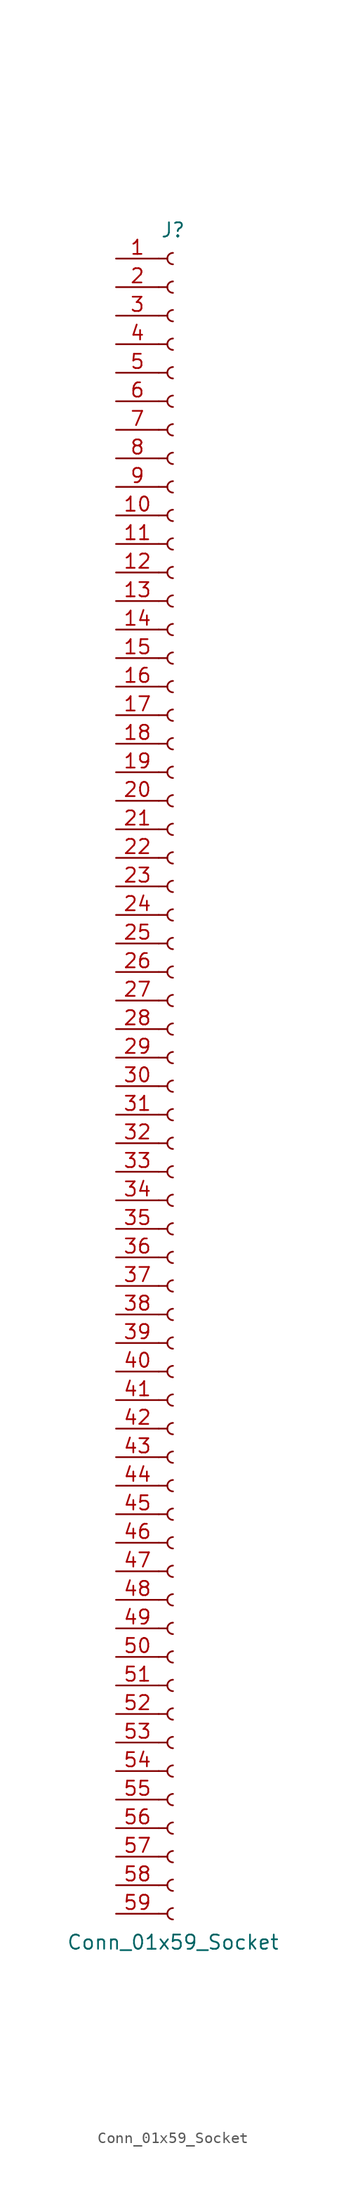
<source format=kicad_sym>
(kicad_symbol_lib
  (version 20220914)
  (generator kicad_symbol_editor)
  (symbol "Conn_01x59_Socket"
    (pin_names
      (offset 1.016) hide)
    (property "Reference" "J"
      (at 0 76.2 0)
      (effects (font (size 1.27 1.27))))
    (property "Value" "Conn_01x59_Socket"
      (at 0 -76.2 0)
      (effects (font (size 1.27 1.27))))
    (property "ki_locked" ""
      (at 0 0 0)
      (effects (font (size 1.27 1.27))))
    (symbol "Conn_01x59_Socket_1_1"
      (arc (start 0 -73.152) (mid -0.5058 -73.66) (end 0 -74.168) (stroke (width 0.1524) (type default)) (fill (type none)))
      (arc (start 0 -70.612) (mid -0.5058 -71.12) (end 0 -71.628) (stroke (width 0.1524) (type default)) (fill (type none)))
      (arc (start 0 -68.072) (mid -0.5058 -68.58) (end 0 -69.088) (stroke (width 0.1524) (type default)) (fill (type none)))
      (arc (start 0 -65.532) (mid -0.5058 -66.04) (end 0 -66.548) (stroke (width 0.1524) (type default)) (fill (type none)))
      (arc (start 0 -62.992) (mid -0.5058 -63.5) (end 0 -64.008) (stroke (width 0.1524) (type default)) (fill (type none)))
      (arc (start 0 -60.452) (mid -0.5058 -60.96) (end 0 -61.468) (stroke (width 0.1524) (type default)) (fill (type none)))
      (arc (start 0 -57.912) (mid -0.5058 -58.42) (end 0 -58.928) (stroke (width 0.1524) (type default)) (fill (type none)))
      (arc (start 0 -55.372) (mid -0.5058 -55.88) (end 0 -56.388) (stroke (width 0.1524) (type default)) (fill (type none)))
      (arc (start 0 -52.832) (mid -0.5058 -53.34) (end 0 -53.848) (stroke (width 0.1524) (type default)) (fill (type none)))
      (arc (start 0 -50.292) (mid -0.5058 -50.8) (end 0 -51.308) (stroke (width 0.1524) (type default)) (fill (type none)))
      (arc (start 0 -47.752) (mid -0.5058 -48.26) (end 0 -48.768) (stroke (width 0.1524) (type default)) (fill (type none)))
      (arc (start 0 -45.212) (mid -0.5058 -45.72) (end 0 -46.228) (stroke (width 0.1524) (type default)) (fill (type none)))
      (arc (start 0 -42.672) (mid -0.5058 -43.18) (end 0 -43.688) (stroke (width 0.1524) (type default)) (fill (type none)))
      (arc (start 0 -40.132) (mid -0.5058 -40.64) (end 0 -41.148) (stroke (width 0.1524) (type default)) (fill (type none)))
      (arc (start 0 -37.592) (mid -0.5058 -38.1) (end 0 -38.608) (stroke (width 0.1524) (type default)) (fill (type none)))
      (arc (start 0 -35.052) (mid -0.5058 -35.56) (end 0 -36.068) (stroke (width 0.1524) (type default)) (fill (type none)))
      (arc (start 0 -32.512) (mid -0.5058 -33.02) (end 0 -33.528) (stroke (width 0.1524) (type default)) (fill (type none)))
      (arc (start 0 -29.972) (mid -0.5058 -30.48) (end 0 -30.988) (stroke (width 0.1524) (type default)) (fill (type none)))
      (arc (start 0 -27.432) (mid -0.5058 -27.94) (end 0 -28.448) (stroke (width 0.1524) (type default)) (fill (type none)))
      (arc (start 0 -24.892) (mid -0.5058 -25.4) (end 0 -25.908) (stroke (width 0.1524) (type default)) (fill (type none)))
      (arc (start 0 -22.352) (mid -0.5058 -22.86) (end 0 -23.368) (stroke (width 0.1524) (type default)) (fill (type none)))
      (arc (start 0 -19.812) (mid -0.5058 -20.32) (end 0 -20.828) (stroke (width 0.1524) (type default)) (fill (type none)))
      (arc (start 0 -17.272) (mid -0.5058 -17.78) (end 0 -18.288) (stroke (width 0.1524) (type default)) (fill (type none)))
      (arc (start 0 -14.732) (mid -0.5058 -15.24) (end 0 -15.748) (stroke (width 0.1524) (type default)) (fill (type none)))
      (arc (start 0 -12.192) (mid -0.5058 -12.7) (end 0 -13.208) (stroke (width 0.1524) (type default)) (fill (type none)))
      (arc (start 0 -9.652) (mid -0.5058 -10.16) (end 0 -10.668) (stroke (width 0.1524) (type default)) (fill (type none)))
      (arc (start 0 -7.112) (mid -0.5058 -7.62) (end 0 -8.128) (stroke (width 0.1524) (type default)) (fill (type none)))
      (arc (start 0 -4.572) (mid -0.5058 -5.08) (end 0 -5.588) (stroke (width 0.1524) (type default)) (fill (type none)))
      (arc (start 0 -2.032) (mid -0.5058 -2.54) (end 0 -3.048) (stroke (width 0.1524) (type default)) (fill (type none)))
      (polyline (pts (xy -1.27 -73.66) (xy -0.508 -73.66)) (stroke (width 0.152) (type default)) (fill (type none)))
      (polyline (pts (xy -1.27 -71.12) (xy -0.508 -71.12)) (stroke (width 0.152) (type default)) (fill (type none)))
      (polyline (pts (xy -1.27 -68.58) (xy -0.508 -68.58)) (stroke (width 0.152) (type default)) (fill (type none)))
      (polyline (pts (xy -1.27 -66.04) (xy -0.508 -66.04)) (stroke (width 0.152) (type default)) (fill (type none)))
      (polyline (pts (xy -1.27 -63.5) (xy -0.508 -63.5)) (stroke (width 0.152) (type default)) (fill (type none)))
      (polyline (pts (xy -1.27 -60.96) (xy -0.508 -60.96)) (stroke (width 0.152) (type default)) (fill (type none)))
      (polyline (pts (xy -1.27 -58.42) (xy -0.508 -58.42)) (stroke (width 0.152) (type default)) (fill (type none)))
      (polyline (pts (xy -1.27 -55.88) (xy -0.508 -55.88)) (stroke (width 0.152) (type default)) (fill (type none)))
      (polyline (pts (xy -1.27 -53.34) (xy -0.508 -53.34)) (stroke (width 0.152) (type default)) (fill (type none)))
      (polyline (pts (xy -1.27 -50.8) (xy -0.508 -50.8)) (stroke (width 0.152) (type default)) (fill (type none)))
      (polyline (pts (xy -1.27 -48.26) (xy -0.508 -48.26)) (stroke (width 0.152) (type default)) (fill (type none)))
      (polyline (pts (xy -1.27 -45.72) (xy -0.508 -45.72)) (stroke (width 0.152) (type default)) (fill (type none)))
      (polyline (pts (xy -1.27 -43.18) (xy -0.508 -43.18)) (stroke (width 0.152) (type default)) (fill (type none)))
      (polyline (pts (xy -1.27 -40.64) (xy -0.508 -40.64)) (stroke (width 0.152) (type default)) (fill (type none)))
      (polyline (pts (xy -1.27 -38.1) (xy -0.508 -38.1)) (stroke (width 0.152) (type default)) (fill (type none)))
      (polyline (pts (xy -1.27 -35.56) (xy -0.508 -35.56)) (stroke (width 0.152) (type default)) (fill (type none)))
      (polyline (pts (xy -1.27 -33.02) (xy -0.508 -33.02)) (stroke (width 0.152) (type default)) (fill (type none)))
      (polyline (pts (xy -1.27 -30.48) (xy -0.508 -30.48)) (stroke (width 0.152) (type default)) (fill (type none)))
      (polyline (pts (xy -1.27 -27.94) (xy -0.508 -27.94)) (stroke (width 0.152) (type default)) (fill (type none)))
      (polyline (pts (xy -1.27 -25.4) (xy -0.508 -25.4)) (stroke (width 0.152) (type default)) (fill (type none)))
      (polyline (pts (xy -1.27 -22.86) (xy -0.508 -22.86)) (stroke (width 0.152) (type default)) (fill (type none)))
      (polyline (pts (xy -1.27 -20.32) (xy -0.508 -20.32)) (stroke (width 0.152) (type default)) (fill (type none)))
      (polyline (pts (xy -1.27 -17.78) (xy -0.508 -17.78)) (stroke (width 0.152) (type default)) (fill (type none)))
      (polyline (pts (xy -1.27 -15.24) (xy -0.508 -15.24)) (stroke (width 0.152) (type default)) (fill (type none)))
      (polyline (pts (xy -1.27 -12.7) (xy -0.508 -12.7)) (stroke (width 0.152) (type default)) (fill (type none)))
      (polyline (pts (xy -1.27 -10.16) (xy -0.508 -10.16)) (stroke (width 0.152) (type default)) (fill (type none)))
      (polyline (pts (xy -1.27 -7.62) (xy -0.508 -7.62)) (stroke (width 0.152) (type default)) (fill (type none)))
      (polyline (pts (xy -1.27 -5.08) (xy -0.508 -5.08)) (stroke (width 0.152) (type default)) (fill (type none)))
      (polyline (pts (xy -1.27 -2.54) (xy -0.508 -2.54)) (stroke (width 0.152) (type default)) (fill (type none)))
      (polyline (pts (xy -1.27 0) (xy -0.508 0)) (stroke (width 0.152) (type default)) (fill (type none)))
      (polyline (pts (xy -1.27 2.54) (xy -0.508 2.54)) (stroke (width 0.152) (type default)) (fill (type none)))
      (polyline (pts (xy -1.27 5.08) (xy -0.508 5.08)) (stroke (width 0.152) (type default)) (fill (type none)))
      (polyline (pts (xy -1.27 7.62) (xy -0.508 7.62)) (stroke (width 0.152) (type default)) (fill (type none)))
      (polyline (pts (xy -1.27 10.16) (xy -0.508 10.16)) (stroke (width 0.152) (type default)) (fill (type none)))
      (polyline (pts (xy -1.27 12.7) (xy -0.508 12.7)) (stroke (width 0.152) (type default)) (fill (type none)))
      (polyline (pts (xy -1.27 15.24) (xy -0.508 15.24)) (stroke (width 0.152) (type default)) (fill (type none)))
      (polyline (pts (xy -1.27 17.78) (xy -0.508 17.78)) (stroke (width 0.152) (type default)) (fill (type none)))
      (polyline (pts (xy -1.27 20.32) (xy -0.508 20.32)) (stroke (width 0.152) (type default)) (fill (type none)))
      (polyline (pts (xy -1.27 22.86) (xy -0.508 22.86)) (stroke (width 0.152) (type default)) (fill (type none)))
      (polyline (pts (xy -1.27 25.4) (xy -0.508 25.4)) (stroke (width 0.152) (type default)) (fill (type none)))
      (polyline (pts (xy -1.27 27.94) (xy -0.508 27.94)) (stroke (width 0.152) (type default)) (fill (type none)))
      (polyline (pts (xy -1.27 30.48) (xy -0.508 30.48)) (stroke (width 0.152) (type default)) (fill (type none)))
      (polyline (pts (xy -1.27 33.02) (xy -0.508 33.02)) (stroke (width 0.152) (type default)) (fill (type none)))
      (polyline (pts (xy -1.27 35.56) (xy -0.508 35.56)) (stroke (width 0.152) (type default)) (fill (type none)))
      (polyline (pts (xy -1.27 38.1) (xy -0.508 38.1)) (stroke (width 0.152) (type default)) (fill (type none)))
      (polyline (pts (xy -1.27 40.64) (xy -0.508 40.64)) (stroke (width 0.152) (type default)) (fill (type none)))
      (polyline (pts (xy -1.27 43.18) (xy -0.508 43.18)) (stroke (width 0.152) (type default)) (fill (type none)))
      (polyline (pts (xy -1.27 45.72) (xy -0.508 45.72)) (stroke (width 0.152) (type default)) (fill (type none)))
      (polyline (pts (xy -1.27 48.26) (xy -0.508 48.26)) (stroke (width 0.152) (type default)) (fill (type none)))
      (polyline (pts (xy -1.27 50.8) (xy -0.508 50.8)) (stroke (width 0.152) (type default)) (fill (type none)))
      (polyline (pts (xy -1.27 53.34) (xy -0.508 53.34)) (stroke (width 0.152) (type default)) (fill (type none)))
      (polyline (pts (xy -1.27 55.88) (xy -0.508 55.88)) (stroke (width 0.152) (type default)) (fill (type none)))
      (polyline (pts (xy -1.27 58.42) (xy -0.508 58.42)) (stroke (width 0.152) (type default)) (fill (type none)))
      (polyline (pts (xy -1.27 60.96) (xy -0.508 60.96)) (stroke (width 0.152) (type default)) (fill (type none)))
      (polyline (pts (xy -1.27 63.5) (xy -0.508 63.5)) (stroke (width 0.152) (type default)) (fill (type none)))
      (polyline (pts (xy -1.27 66.04) (xy -0.508 66.04)) (stroke (width 0.152) (type default)) (fill (type none)))
      (polyline (pts (xy -1.27 68.58) (xy -0.508 68.58)) (stroke (width 0.152) (type default)) (fill (type none)))
      (polyline (pts (xy -1.27 71.12) (xy -0.508 71.12)) (stroke (width 0.152) (type default)) (fill (type none)))
      (polyline (pts (xy -1.27 73.66) (xy -0.508 73.66)) (stroke (width 0.152) (type default)) (fill (type none)))
      (arc (start 0 0.508) (mid -0.5058 0) (end 0 -0.508) (stroke (width 0.1524) (type default)) (fill (type none)))
      (arc (start 0 3.048) (mid -0.5058 2.54) (end 0 2.032) (stroke (width 0.1524) (type default)) (fill (type none)))
      (arc (start 0 5.588) (mid -0.5058 5.08) (end 0 4.572) (stroke (width 0.1524) (type default)) (fill (type none)))
      (arc (start 0 8.128) (mid -0.5058 7.62) (end 0 7.112) (stroke (width 0.1524) (type default)) (fill (type none)))
      (arc (start 0 10.668) (mid -0.5058 10.16) (end 0 9.652) (stroke (width 0.1524) (type default)) (fill (type none)))
      (arc (start 0 13.208) (mid -0.5058 12.7) (end 0 12.192) (stroke (width 0.1524) (type default)) (fill (type none)))
      (arc (start 0 15.748) (mid -0.5058 15.24) (end 0 14.732) (stroke (width 0.1524) (type default)) (fill (type none)))
      (arc (start 0 18.288) (mid -0.5058 17.78) (end 0 17.272) (stroke (width 0.1524) (type default)) (fill (type none)))
      (arc (start 0 20.828) (mid -0.5058 20.32) (end 0 19.812) (stroke (width 0.1524) (type default)) (fill (type none)))
      (arc (start 0 23.368) (mid -0.5058 22.86) (end 0 22.352) (stroke (width 0.1524) (type default)) (fill (type none)))
      (arc (start 0 25.908) (mid -0.5058 25.4) (end 0 24.892) (stroke (width 0.1524) (type default)) (fill (type none)))
      (arc (start 0 28.448) (mid -0.5058 27.94) (end 0 27.432) (stroke (width 0.1524) (type default)) (fill (type none)))
      (arc (start 0 30.988) (mid -0.5058 30.48) (end 0 29.972) (stroke (width 0.1524) (type default)) (fill (type none)))
      (arc (start 0 33.528) (mid -0.5058 33.02) (end 0 32.512) (stroke (width 0.1524) (type default)) (fill (type none)))
      (arc (start 0 36.068) (mid -0.5058 35.56) (end 0 35.052) (stroke (width 0.1524) (type default)) (fill (type none)))
      (arc (start 0 38.608) (mid -0.5058 38.1) (end 0 37.592) (stroke (width 0.1524) (type default)) (fill (type none)))
      (arc (start 0 41.148) (mid -0.5058 40.64) (end 0 40.132) (stroke (width 0.1524) (type default)) (fill (type none)))
      (arc (start 0 43.688) (mid -0.5058 43.18) (end 0 42.672) (stroke (width 0.1524) (type default)) (fill (type none)))
      (arc (start 0 46.228) (mid -0.5058 45.72) (end 0 45.212) (stroke (width 0.1524) (type default)) (fill (type none)))
      (arc (start 0 48.768) (mid -0.5058 48.26) (end 0 47.752) (stroke (width 0.1524) (type default)) (fill (type none)))
      (arc (start 0 51.308) (mid -0.5058 50.8) (end 0 50.292) (stroke (width 0.1524) (type default)) (fill (type none)))
      (arc (start 0 53.848) (mid -0.5058 53.34) (end 0 52.832) (stroke (width 0.1524) (type default)) (fill (type none)))
      (arc (start 0 56.388) (mid -0.5058 55.88) (end 0 55.372) (stroke (width 0.1524) (type default)) (fill (type none)))
      (arc (start 0 58.928) (mid -0.5058 58.42) (end 0 57.912) (stroke (width 0.1524) (type default)) (fill (type none)))
      (arc (start 0 61.468) (mid -0.5058 60.96) (end 0 60.452) (stroke (width 0.1524) (type default)) (fill (type none)))
      (arc (start 0 64.008) (mid -0.5058 63.5) (end 0 62.992) (stroke (width 0.1524) (type default)) (fill (type none)))
      (arc (start 0 66.548) (mid -0.5058 66.04) (end 0 65.532) (stroke (width 0.1524) (type default)) (fill (type none)))
      (arc (start 0 69.088) (mid -0.5058 68.58) (end 0 68.072) (stroke (width 0.1524) (type default)) (fill (type none)))
      (arc (start 0 71.628) (mid -0.5058 71.12) (end 0 70.612) (stroke (width 0.1524) (type default)) (fill (type none)))
      (arc (start 0 74.168) (mid -0.5058 73.66) (end 0 73.152) (stroke (width 0.1524) (type default)) (fill (type none)))
      (pin passive line (at -5.08 73.66 0) (length 3.81) (name "Pin_1" (effects (font (size 1.27 1.27)))) (number "1" (effects (font (size 1.27 1.27)))))
      (pin passive line (at -5.08 50.8 0) (length 3.81) (name "Pin_10" (effects (font (size 1.27 1.27)))) (number "10" (effects (font (size 1.27 1.27)))))
      (pin passive line (at -5.08 48.26 0) (length 3.81) (name "Pin_11" (effects (font (size 1.27 1.27)))) (number "11" (effects (font (size 1.27 1.27)))))
      (pin passive line (at -5.08 45.72 0) (length 3.81) (name "Pin_12" (effects (font (size 1.27 1.27)))) (number "12" (effects (font (size 1.27 1.27)))))
      (pin passive line (at -5.08 43.18 0) (length 3.81) (name "Pin_13" (effects (font (size 1.27 1.27)))) (number "13" (effects (font (size 1.27 1.27)))))
      (pin passive line (at -5.08 40.64 0) (length 3.81) (name "Pin_14" (effects (font (size 1.27 1.27)))) (number "14" (effects (font (size 1.27 1.27)))))
      (pin passive line (at -5.08 38.1 0) (length 3.81) (name "Pin_15" (effects (font (size 1.27 1.27)))) (number "15" (effects (font (size 1.27 1.27)))))
      (pin passive line (at -5.08 35.56 0) (length 3.81) (name "Pin_16" (effects (font (size 1.27 1.27)))) (number "16" (effects (font (size 1.27 1.27)))))
      (pin passive line (at -5.08 33.02 0) (length 3.81) (name "Pin_17" (effects (font (size 1.27 1.27)))) (number "17" (effects (font (size 1.27 1.27)))))
      (pin passive line (at -5.08 30.48 0) (length 3.81) (name "Pin_18" (effects (font (size 1.27 1.27)))) (number "18" (effects (font (size 1.27 1.27)))))
      (pin passive line (at -5.08 27.94 0) (length 3.81) (name "Pin_19" (effects (font (size 1.27 1.27)))) (number "19" (effects (font (size 1.27 1.27)))))
      (pin passive line (at -5.08 71.12 0) (length 3.81) (name "Pin_2" (effects (font (size 1.27 1.27)))) (number "2" (effects (font (size 1.27 1.27)))))
      (pin passive line (at -5.08 25.4 0) (length 3.81) (name "Pin_20" (effects (font (size 1.27 1.27)))) (number "20" (effects (font (size 1.27 1.27)))))
      (pin passive line (at -5.08 22.86 0) (length 3.81) (name "Pin_21" (effects (font (size 1.27 1.27)))) (number "21" (effects (font (size 1.27 1.27)))))
      (pin passive line (at -5.08 20.32 0) (length 3.81) (name "Pin_22" (effects (font (size 1.27 1.27)))) (number "22" (effects (font (size 1.27 1.27)))))
      (pin passive line (at -5.08 17.78 0) (length 3.81) (name "Pin_23" (effects (font (size 1.27 1.27)))) (number "23" (effects (font (size 1.27 1.27)))))
      (pin passive line (at -5.08 15.24 0) (length 3.81) (name "Pin_24" (effects (font (size 1.27 1.27)))) (number "24" (effects (font (size 1.27 1.27)))))
      (pin passive line (at -5.08 12.7 0) (length 3.81) (name "Pin_25" (effects (font (size 1.27 1.27)))) (number "25" (effects (font (size 1.27 1.27)))))
      (pin passive line (at -5.08 10.16 0) (length 3.81) (name "Pin_26" (effects (font (size 1.27 1.27)))) (number "26" (effects (font (size 1.27 1.27)))))
      (pin passive line (at -5.08 7.62 0) (length 3.81) (name "Pin_27" (effects (font (size 1.27 1.27)))) (number "27" (effects (font (size 1.27 1.27)))))
      (pin passive line (at -5.08 5.08 0) (length 3.81) (name "Pin_28" (effects (font (size 1.27 1.27)))) (number "28" (effects (font (size 1.27 1.27)))))
      (pin passive line (at -5.08 2.54 0) (length 3.81) (name "Pin_29" (effects (font (size 1.27 1.27)))) (number "29" (effects (font (size 1.27 1.27)))))
      (pin passive line (at -5.08 68.58 0) (length 3.81) (name "Pin_3" (effects (font (size 1.27 1.27)))) (number "3" (effects (font (size 1.27 1.27)))))
      (pin passive line (at -5.08 0 0) (length 3.81) (name "Pin_30" (effects (font (size 1.27 1.27)))) (number "30" (effects (font (size 1.27 1.27)))))
      (pin passive line (at -5.08 -2.54 0) (length 3.81) (name "Pin_31" (effects (font (size 1.27 1.27)))) (number "31" (effects (font (size 1.27 1.27)))))
      (pin passive line (at -5.08 -5.08 0) (length 3.81) (name "Pin_32" (effects (font (size 1.27 1.27)))) (number "32" (effects (font (size 1.27 1.27)))))
      (pin passive line (at -5.08 -7.62 0) (length 3.81) (name "Pin_33" (effects (font (size 1.27 1.27)))) (number "33" (effects (font (size 1.27 1.27)))))
      (pin passive line (at -5.08 -10.16 0) (length 3.81) (name "Pin_34" (effects (font (size 1.27 1.27)))) (number "34" (effects (font (size 1.27 1.27)))))
      (pin passive line (at -5.08 -12.7 0) (length 3.81) (name "Pin_35" (effects (font (size 1.27 1.27)))) (number "35" (effects (font (size 1.27 1.27)))))
      (pin passive line (at -5.08 -15.24 0) (length 3.81) (name "Pin_36" (effects (font (size 1.27 1.27)))) (number "36" (effects (font (size 1.27 1.27)))))
      (pin passive line (at -5.08 -17.78 0) (length 3.81) (name "Pin_37" (effects (font (size 1.27 1.27)))) (number "37" (effects (font (size 1.27 1.27)))))
      (pin passive line (at -5.08 -20.32 0) (length 3.81) (name "Pin_38" (effects (font (size 1.27 1.27)))) (number "38" (effects (font (size 1.27 1.27)))))
      (pin passive line (at -5.08 -22.86 0) (length 3.81) (name "Pin_39" (effects (font (size 1.27 1.27)))) (number "39" (effects (font (size 1.27 1.27)))))
      (pin passive line (at -5.08 66.04 0) (length 3.81) (name "Pin_4" (effects (font (size 1.27 1.27)))) (number "4" (effects (font (size 1.27 1.27)))))
      (pin passive line (at -5.08 -25.4 0) (length 3.81) (name "Pin_40" (effects (font (size 1.27 1.27)))) (number "40" (effects (font (size 1.27 1.27)))))
      (pin passive line (at -5.08 -27.94 0) (length 3.81) (name "Pin_41" (effects (font (size 1.27 1.27)))) (number "41" (effects (font (size 1.27 1.27)))))
      (pin passive line (at -5.08 -30.48 0) (length 3.81) (name "Pin_42" (effects (font (size 1.27 1.27)))) (number "42" (effects (font (size 1.27 1.27)))))
      (pin passive line (at -5.08 -33.02 0) (length 3.81) (name "Pin_43" (effects (font (size 1.27 1.27)))) (number "43" (effects (font (size 1.27 1.27)))))
      (pin passive line (at -5.08 -35.56 0) (length 3.81) (name "Pin_44" (effects (font (size 1.27 1.27)))) (number "44" (effects (font (size 1.27 1.27)))))
      (pin passive line (at -5.08 -38.1 0) (length 3.81) (name "Pin_45" (effects (font (size 1.27 1.27)))) (number "45" (effects (font (size 1.27 1.27)))))
      (pin passive line (at -5.08 -40.64 0) (length 3.81) (name "Pin_46" (effects (font (size 1.27 1.27)))) (number "46" (effects (font (size 1.27 1.27)))))
      (pin passive line (at -5.08 -43.18 0) (length 3.81) (name "Pin_47" (effects (font (size 1.27 1.27)))) (number "47" (effects (font (size 1.27 1.27)))))
      (pin passive line (at -5.08 -45.72 0) (length 3.81) (name "Pin_48" (effects (font (size 1.27 1.27)))) (number "48" (effects (font (size 1.27 1.27)))))
      (pin passive line (at -5.08 -48.26 0) (length 3.81) (name "Pin_49" (effects (font (size 1.27 1.27)))) (number "49" (effects (font (size 1.27 1.27)))))
      (pin passive line (at -5.08 63.5 0) (length 3.81) (name "Pin_5" (effects (font (size 1.27 1.27)))) (number "5" (effects (font (size 1.27 1.27)))))
      (pin passive line (at -5.08 -50.8 0) (length 3.81) (name "Pin_50" (effects (font (size 1.27 1.27)))) (number "50" (effects (font (size 1.27 1.27)))))
      (pin passive line (at -5.08 -53.34 0) (length 3.81) (name "Pin_51" (effects (font (size 1.27 1.27)))) (number "51" (effects (font (size 1.27 1.27)))))
      (pin passive line (at -5.08 -55.88 0) (length 3.81) (name "Pin_52" (effects (font (size 1.27 1.27)))) (number "52" (effects (font (size 1.27 1.27)))))
      (pin passive line (at -5.08 -58.42 0) (length 3.81) (name "Pin_53" (effects (font (size 1.27 1.27)))) (number "53" (effects (font (size 1.27 1.27)))))
      (pin passive line (at -5.08 -60.96 0) (length 3.81) (name "Pin_54" (effects (font (size 1.27 1.27)))) (number "54" (effects (font (size 1.27 1.27)))))
      (pin passive line (at -5.08 -63.5 0) (length 3.81) (name "Pin_55" (effects (font (size 1.27 1.27)))) (number "55" (effects (font (size 1.27 1.27)))))
      (pin passive line (at -5.08 -66.04 0) (length 3.81) (name "Pin_56" (effects (font (size 1.27 1.27)))) (number "56" (effects (font (size 1.27 1.27)))))
      (pin passive line (at -5.08 -68.58 0) (length 3.81) (name "Pin_57" (effects (font (size 1.27 1.27)))) (number "57" (effects (font (size 1.27 1.27)))))
      (pin passive line (at -5.08 -71.12 0) (length 3.81) (name "Pin_58" (effects (font (size 1.27 1.27)))) (number "58" (effects (font (size 1.27 1.27)))))
      (pin passive line (at -5.08 -73.66 0) (length 3.81) (name "Pin_59" (effects (font (size 1.27 1.27)))) (number "59" (effects (font (size 1.27 1.27)))))
      (pin passive line (at -5.08 60.96 0) (length 3.81) (name "Pin_6" (effects (font (size 1.27 1.27)))) (number "6" (effects (font (size 1.27 1.27)))))
      (pin passive line (at -5.08 58.42 0) (length 3.81) (name "Pin_7" (effects (font (size 1.27 1.27)))) (number "7" (effects (font (size 1.27 1.27)))))
      (pin passive line (at -5.08 55.88 0) (length 3.81) (name "Pin_8" (effects (font (size 1.27 1.27)))) (number "8" (effects (font (size 1.27 1.27)))))
      (pin passive line (at -5.08 53.34 0) (length 3.81) (name "Pin_9" (effects (font (size 1.27 1.27)))) (number "9" (effects (font (size 1.27 1.27))))))))
</source>
